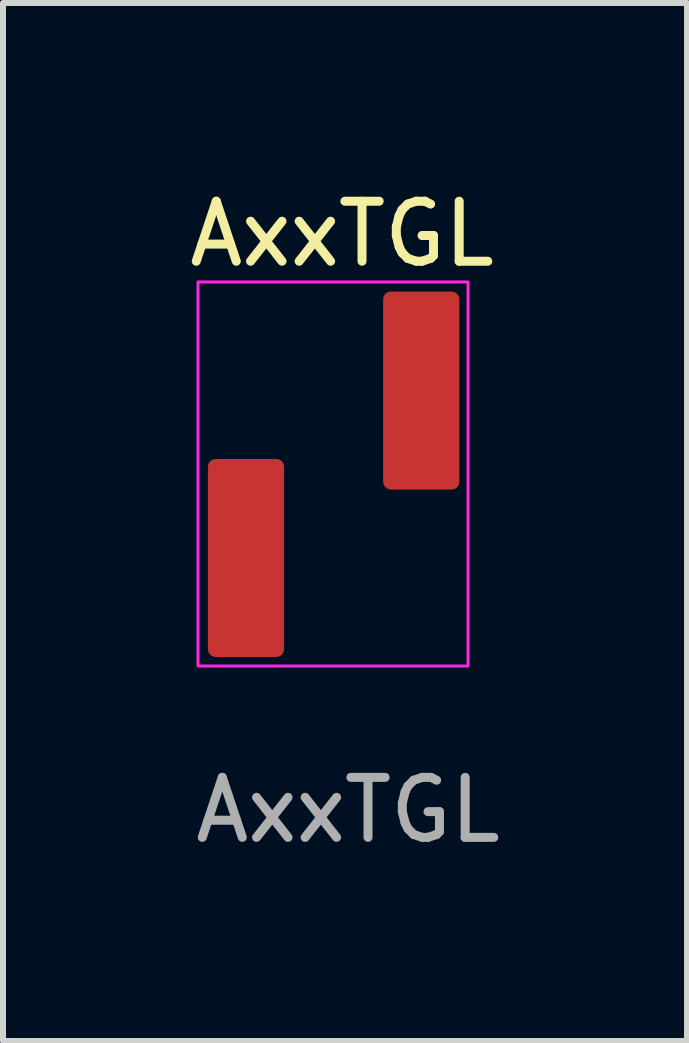
<source format=kicad_pcb>
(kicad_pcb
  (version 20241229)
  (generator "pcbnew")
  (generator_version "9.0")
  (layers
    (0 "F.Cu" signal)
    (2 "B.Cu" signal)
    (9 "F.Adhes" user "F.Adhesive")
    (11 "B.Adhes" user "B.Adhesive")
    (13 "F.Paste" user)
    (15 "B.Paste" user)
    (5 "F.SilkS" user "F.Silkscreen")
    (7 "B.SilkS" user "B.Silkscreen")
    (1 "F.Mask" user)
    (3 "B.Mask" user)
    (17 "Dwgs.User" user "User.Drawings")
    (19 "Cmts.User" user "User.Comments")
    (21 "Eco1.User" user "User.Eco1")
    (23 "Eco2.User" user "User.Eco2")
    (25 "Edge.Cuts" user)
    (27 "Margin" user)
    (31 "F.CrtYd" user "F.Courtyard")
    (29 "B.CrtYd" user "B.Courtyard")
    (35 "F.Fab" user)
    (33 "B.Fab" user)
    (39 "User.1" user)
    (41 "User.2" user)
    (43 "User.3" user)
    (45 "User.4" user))
  (footprint "AxxTGL"
    (layer "F.Cu")
    (at 1.049 6.248)
    (property "Reference" "AxxTGL" (at 1.6 -5.4 0) (unlocked yes) (layer "F.SilkS") (effects (font (size 1 1) (thickness 0.15))))
    (attr smd)
    (fp_rect (start 3.7 -4.6) (end -0.8 1.8) (stroke (width 0.05) (type solid)) (fill no) (layer "F.CrtYd"))
    (fp_text user "${REFERENCE}" (at 1.7 4.2 0) (unlocked yes) (layer "F.Fab") (effects (font (size 1 1) (thickness 0.15))))
    (pad "1" smd roundrect (at 0 0 180) (size 1.27 3.3) (layers "F.Cu" "F.Mask" "F.Paste") (roundrect_rratio 0.1))
    (pad "2" smd roundrect (at 2.92 -2.79 180) (size 1.27 3.3) (layers "F.Cu" "F.Mask" "F.Paste") (roundrect_rratio 0.1)))
  (gr_rect
    (start -3 -3)
    (end 8.398 14.296)
    (stroke (width 0.1) (type default))
    (fill no)
    (layer "Edge.Cuts")))
</source>
